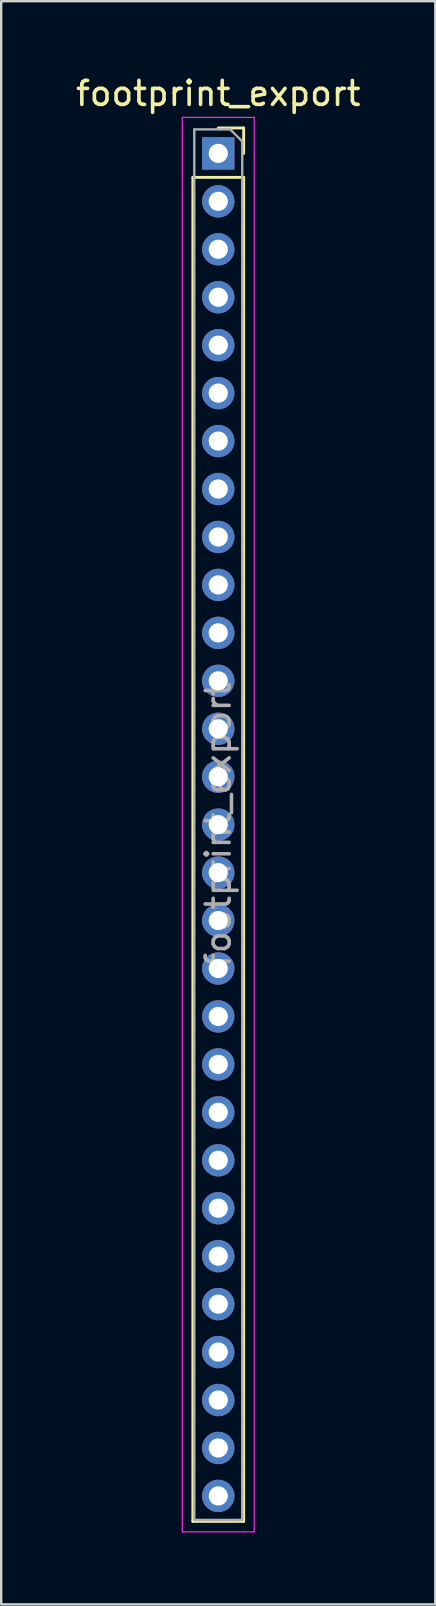
<source format=kicad_pcb>
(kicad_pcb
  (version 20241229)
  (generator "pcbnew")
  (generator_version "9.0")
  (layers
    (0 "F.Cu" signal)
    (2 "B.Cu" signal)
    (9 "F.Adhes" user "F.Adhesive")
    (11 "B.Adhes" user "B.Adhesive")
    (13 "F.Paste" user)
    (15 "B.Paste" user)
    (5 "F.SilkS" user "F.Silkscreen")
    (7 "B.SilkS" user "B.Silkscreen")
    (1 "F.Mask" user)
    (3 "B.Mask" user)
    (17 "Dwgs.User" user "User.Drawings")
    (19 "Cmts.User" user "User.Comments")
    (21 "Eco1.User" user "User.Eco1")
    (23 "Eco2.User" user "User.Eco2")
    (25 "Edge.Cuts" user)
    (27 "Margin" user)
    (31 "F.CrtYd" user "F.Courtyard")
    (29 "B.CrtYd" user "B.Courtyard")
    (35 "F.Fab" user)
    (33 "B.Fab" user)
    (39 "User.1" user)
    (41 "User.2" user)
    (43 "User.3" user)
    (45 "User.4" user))
  (footprint "footprint_export"
    (layer "F.Cu")
    (at 6.054 3.348)
    (property "Reference" "footprint_export" (at 0 -2.5 0) (layer "F.SilkS") (effects (font (size 1 1) (thickness 0.15))))
    (attr through_hole)
    (fp_line (start -1.06 1) (end -1.06 57.06) (stroke (width 0.12) (type solid)) (layer "F.SilkS"))
    (fp_line (start -1.06 1) (end 1.06 1) (stroke (width 0.12) (type solid)) (layer "F.SilkS"))
    (fp_line (start -1.06 57.06) (end 1.06 57.06) (stroke (width 0.12) (type solid)) (layer "F.SilkS"))
    (fp_line (start 0 -1.06) (end 1.06 -1.06) (stroke (width 0.12) (type solid)) (layer "F.SilkS"))
    (fp_line (start 1.06 -1.06) (end 1.06 0) (stroke (width 0.12) (type solid)) (layer "F.SilkS"))
    (fp_line (start 1.06 1) (end 1.06 57.06) (stroke (width 0.12) (type solid)) (layer "F.SilkS"))
    (fp_line (start -1.5 -1.5) (end 1.5 -1.5) (stroke (width 0.05) (type solid)) (layer "F.CrtYd"))
    (fp_line (start -1.5 57.5) (end -1.5 -1.5) (stroke (width 0.05) (type solid)) (layer "F.CrtYd"))
    (fp_line (start 1.5 -1.5) (end 1.5 57.5) (stroke (width 0.05) (type solid)) (layer "F.CrtYd"))
    (fp_line (start 1.5 57.5) (end -1.5 57.5) (stroke (width 0.05) (type solid)) (layer "F.CrtYd"))
    (fp_line (start -1 -1) (end 0.5 -1) (stroke (width 0.1) (type solid)) (layer "F.Fab"))
    (fp_line (start -1 57) (end -1 -1) (stroke (width 0.1) (type solid)) (layer "F.Fab"))
    (fp_line (start 0.5 -1) (end 1 -0.5) (stroke (width 0.1) (type solid)) (layer "F.Fab"))
    (fp_line (start 1 -0.5) (end 1 57) (stroke (width 0.1) (type solid)) (layer "F.Fab"))
    (fp_line (start 1 57) (end -1 57) (stroke (width 0.1) (type solid)) (layer "F.Fab"))
    (fp_text user "${REFERENCE}" (at 0 28 90) (layer "F.Fab") (effects (font (size 1 1) (thickness 0.15))))
    (pad "1" thru_hole rect (at 0 0) (size 1.35 1.35) (drill 0.8) (layers "*.Cu" "*.Mask"))
    (pad "2" thru_hole oval (at 0 2) (size 1.35 1.35) (drill 0.8) (layers "*.Cu" "*.Mask"))
    (pad "3" thru_hole oval (at 0 4) (size 1.35 1.35) (drill 0.8) (layers "*.Cu" "*.Mask"))
    (pad "4" thru_hole oval (at 0 6) (size 1.35 1.35) (drill 0.8) (layers "*.Cu" "*.Mask"))
    (pad "5" thru_hole oval (at 0 8) (size 1.35 1.35) (drill 0.8) (layers "*.Cu" "*.Mask"))
    (pad "6" thru_hole oval (at 0 10) (size 1.35 1.35) (drill 0.8) (layers "*.Cu" "*.Mask"))
    (pad "7" thru_hole oval (at 0 12) (size 1.35 1.35) (drill 0.8) (layers "*.Cu" "*.Mask"))
    (pad "8" thru_hole oval (at 0 14) (size 1.35 1.35) (drill 0.8) (layers "*.Cu" "*.Mask"))
    (pad "9" thru_hole oval (at 0 16) (size 1.35 1.35) (drill 0.8) (layers "*.Cu" "*.Mask"))
    (pad "10" thru_hole oval (at 0 18) (size 1.35 1.35) (drill 0.8) (layers "*.Cu" "*.Mask"))
    (pad "11" thru_hole oval (at 0 20) (size 1.35 1.35) (drill 0.8) (layers "*.Cu" "*.Mask"))
    (pad "12" thru_hole oval (at 0 22) (size 1.35 1.35) (drill 0.8) (layers "*.Cu" "*.Mask"))
    (pad "13" thru_hole oval (at 0 24) (size 1.35 1.35) (drill 0.8) (layers "*.Cu" "*.Mask"))
    (pad "14" thru_hole oval (at 0 26) (size 1.35 1.35) (drill 0.8) (layers "*.Cu" "*.Mask"))
    (pad "15" thru_hole oval (at 0 28) (size 1.35 1.35) (drill 0.8) (layers "*.Cu" "*.Mask"))
    (pad "16" thru_hole oval (at 0 30) (size 1.35 1.35) (drill 0.8) (layers "*.Cu" "*.Mask"))
    (pad "17" thru_hole oval (at 0 32) (size 1.35 1.35) (drill 0.8) (layers "*.Cu" "*.Mask"))
    (pad "18" thru_hole oval (at 0 34) (size 1.35 1.35) (drill 0.8) (layers "*.Cu" "*.Mask"))
    (pad "19" thru_hole oval (at 0 36) (size 1.35 1.35) (drill 0.8) (layers "*.Cu" "*.Mask"))
    (pad "20" thru_hole oval (at 0 38) (size 1.35 1.35) (drill 0.8) (layers "*.Cu" "*.Mask"))
    (pad "21" thru_hole oval (at 0 40) (size 1.35 1.35) (drill 0.8) (layers "*.Cu" "*.Mask"))
    (pad "22" thru_hole oval (at 0 42) (size 1.35 1.35) (drill 0.8) (layers "*.Cu" "*.Mask"))
    (pad "23" thru_hole oval (at 0 44) (size 1.35 1.35) (drill 0.8) (layers "*.Cu" "*.Mask"))
    (pad "24" thru_hole oval (at 0 46) (size 1.35 1.35) (drill 0.8) (layers "*.Cu" "*.Mask"))
    (pad "25" thru_hole oval (at 0 48) (size 1.35 1.35) (drill 0.8) (layers "*.Cu" "*.Mask"))
    (pad "26" thru_hole oval (at 0 50) (size 1.35 1.35) (drill 0.8) (layers "*.Cu" "*.Mask"))
    (pad "27" thru_hole oval (at 0 52) (size 1.35 1.35) (drill 0.8) (layers "*.Cu" "*.Mask"))
    (pad "28" thru_hole oval (at 0 54) (size 1.35 1.35) (drill 0.8) (layers "*.Cu" "*.Mask"))
    (pad "29" thru_hole oval (at 0 56) (size 1.35 1.35) (drill 0.8) (layers "*.Cu" "*.Mask")))
  (gr_rect
    (start -3 -3)
    (end 15.107 63.873)
    (stroke (width 0.1) (type default))
    (fill no)
    (layer "Edge.Cuts")))
</source>
